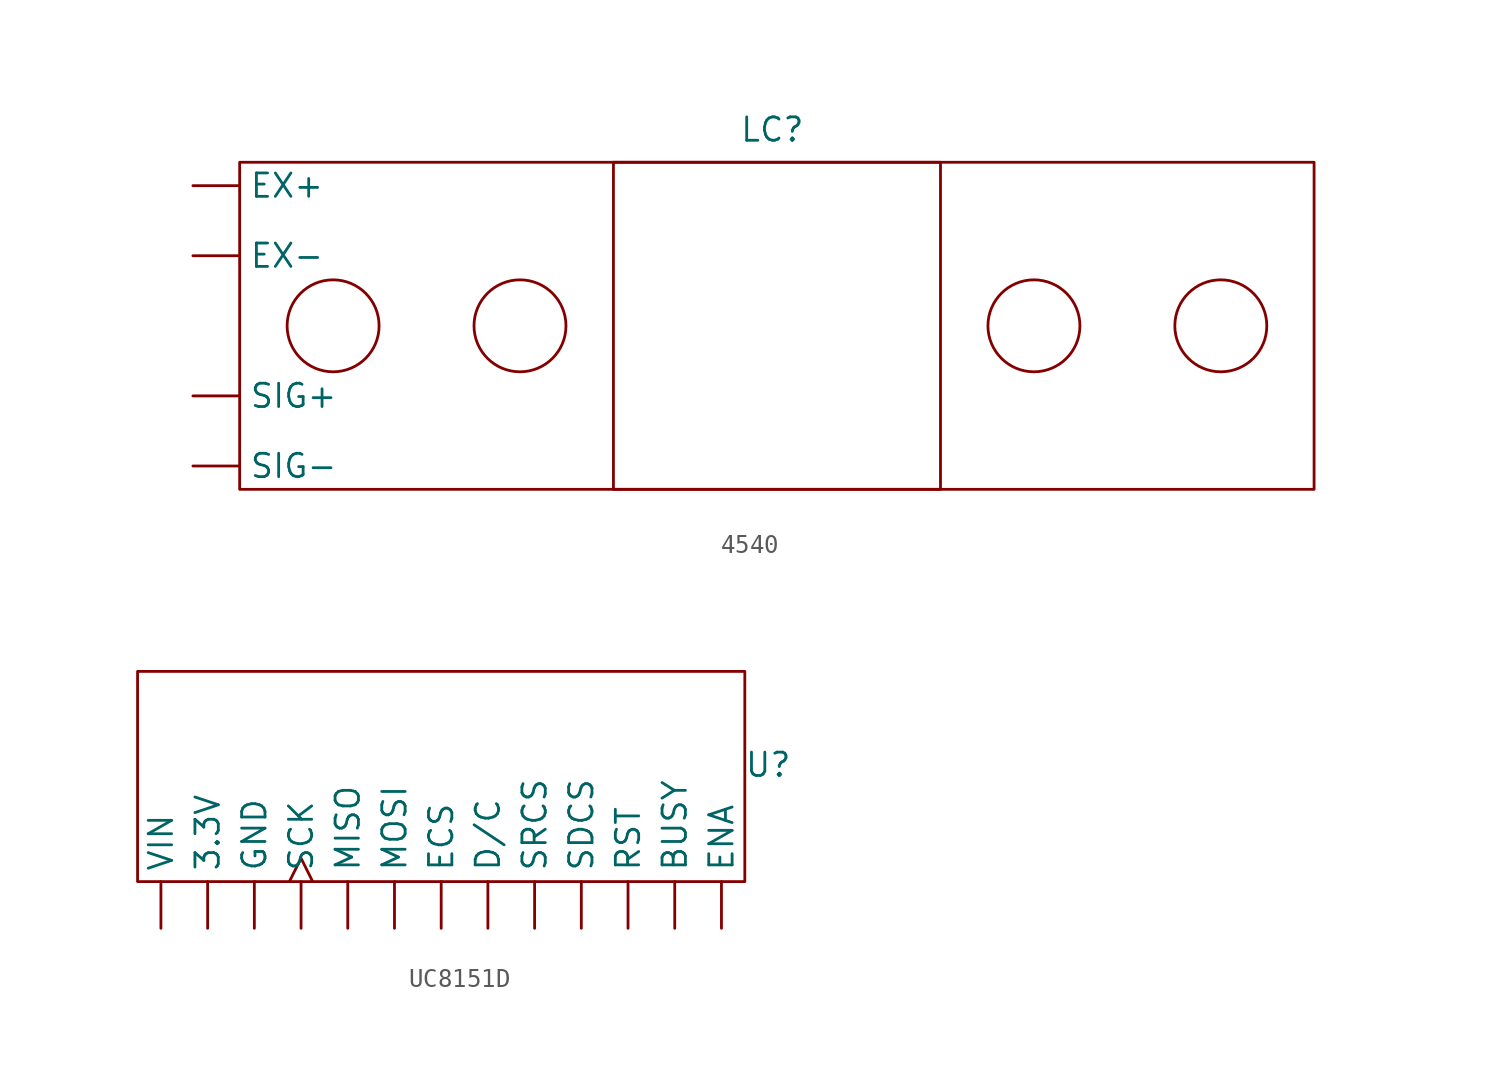
<source format=kicad_sym>
(kicad_symbol_lib
  (version 20231120)
  (generator "kicad_symbol_editor")
  (generator_version "8.0")
  (symbol "4540"
    (property "Reference" "LC"
      (at -0.254 10.668 0)
      (effects (font (size 1.27 1.27))))
    (property "Value" ""
      (at 0 0 0)
      (effects (font (size 1.27 1.27))))
    (symbol "4540_0_1"
      (rectangle (start -29.21 8.89) (end 29.2 -8.89) (stroke (width 0) (type default)) (fill (type none)))
      (circle (center -24.13 0) (radius 2.5) (stroke (width 0) (type default)) (fill (type none)))
      (circle (center -13.97 0) (radius 2.5) (stroke (width 0) (type default)) (fill (type none)))
      (circle (center 13.97 0) (radius 2.5) (stroke (width 0) (type default)) (fill (type none)))
      (circle (center 24.13 0) (radius 2.5) (stroke (width 0) (type default)) (fill (type none))))
    (symbol "4540_1_1"
      (rectangle (start -8.89 8.89) (end 8.89 -8.89) (stroke (width 0) (type default)) (fill (type none)))
      (pin power_in line (at -31.75 7.62 0) (length 2.54) (name "EX+" (effects (font (size 1.27 1.27)))) (number "" (effects (font (size 1.27 1.27)))))
      (pin power_in line (at -31.75 3.81 0) (length 2.54) (name "EX-" (effects (font (size 1.27 1.27)))) (number "" (effects (font (size 1.27 1.27)))))
      (pin passive line (at -31.75 -3.81 0) (length 2.54) (name "SIG+" (effects (font (size 1.27 1.27)))) (number "" (effects (font (size 1.27 1.27)))))
      (pin passive line (at -31.75 -7.62 0) (length 2.54) (name "SIG-" (effects (font (size 1.27 1.27)))) (number "" (effects (font (size 1.27 1.27)))))))
  (symbol "UC8151D"
    (pin_numbers hide)
    (property "Reference" "U"
      (at 17.78 0 0)
      (effects (font (size 1.27 1.27))))
    (property "Value" ""
      (at -10.16 -3.81 0)
      (effects (font (size 1.27 1.27))))
    (symbol "UC8151D_0_1"
      (rectangle (start -16.51 5.08) (end 16.51 -6.35) (stroke (width 0) (type default)) (fill (type none))))
    (symbol "UC8151D_1_1"
      (pin power_out line (at -12.7 -8.89 90) (length 2.54) (name "3.3V" (effects (font (size 1.27 1.27)))) (number "" (effects (font (size 1.27 1.27)))))
      (pin output line (at 12.7 -8.89 90) (length 2.54) (name "BUSY" (effects (font (size 1.27 1.27)))) (number "" (effects (font (size 1.27 1.27)))))
      (pin input line (at 2.54 -8.89 90) (length 2.54) (name "D/C" (effects (font (size 1.27 1.27)))) (number "" (effects (font (size 1.27 1.27)))))
      (pin input line (at 0 -8.89 90) (length 2.54) (name "ECS" (effects (font (size 1.27 1.27)))) (number "" (effects (font (size 1.27 1.27)))))
      (pin power_in line (at 15.24 -8.89 90) (length 2.54) (name "ENA" (effects (font (size 1.27 1.27)))) (number "" (effects (font (size 1.27 1.27)))))
      (pin power_in line (at -10.16 -8.89 90) (length 2.54) (name "GND" (effects (font (size 1.27 1.27)))) (number "" (effects (font (size 1.27 1.27)))))
      (pin unspecified line (at -5.08 -8.89 90) (length 2.54) (name "MISO" (effects (font (size 1.27 1.27)))) (number "" (effects (font (size 1.27 1.27)))))
      (pin unspecified line (at -2.54 -8.89 90) (length 2.54) (name "MOSI" (effects (font (size 1.27 1.27)))) (number "" (effects (font (size 1.27 1.27)))))
      (pin input line (at 10.16 -8.89 90) (length 2.54) (name "RST" (effects (font (size 1.27 1.27)))) (number "" (effects (font (size 1.27 1.27)))))
      (pin input clock (at -7.62 -8.89 90) (length 2.54) (name "SCK" (effects (font (size 1.27 1.27)))) (number "" (effects (font (size 1.27 1.27)))))
      (pin input line (at 7.62 -8.89 90) (length 2.54) (name "SDCS" (effects (font (size 1.27 1.27)))) (number "" (effects (font (size 1.27 1.27)))))
      (pin input line (at 5.08 -8.89 90) (length 2.54) (name "SRCS" (effects (font (size 1.27 1.27)))) (number "" (effects (font (size 1.27 1.27)))))
      (pin power_in line (at -15.24 -8.89 90) (length 2.54) (name "VIN" (effects (font (size 1.27 1.27)))) (number "" (effects (font (size 1.27 1.27))))))))
</source>
